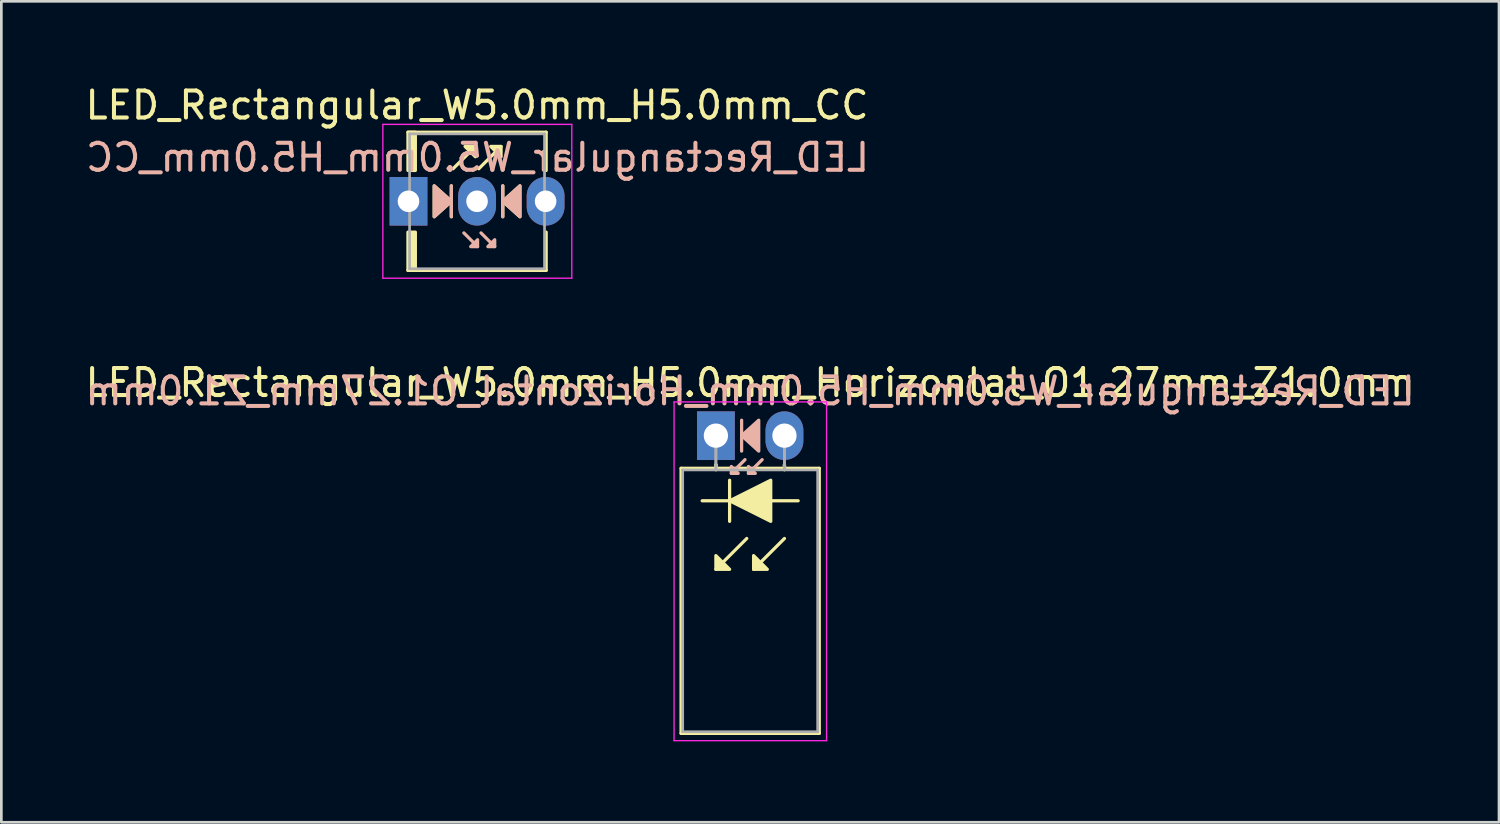
<source format=kicad_pcb>
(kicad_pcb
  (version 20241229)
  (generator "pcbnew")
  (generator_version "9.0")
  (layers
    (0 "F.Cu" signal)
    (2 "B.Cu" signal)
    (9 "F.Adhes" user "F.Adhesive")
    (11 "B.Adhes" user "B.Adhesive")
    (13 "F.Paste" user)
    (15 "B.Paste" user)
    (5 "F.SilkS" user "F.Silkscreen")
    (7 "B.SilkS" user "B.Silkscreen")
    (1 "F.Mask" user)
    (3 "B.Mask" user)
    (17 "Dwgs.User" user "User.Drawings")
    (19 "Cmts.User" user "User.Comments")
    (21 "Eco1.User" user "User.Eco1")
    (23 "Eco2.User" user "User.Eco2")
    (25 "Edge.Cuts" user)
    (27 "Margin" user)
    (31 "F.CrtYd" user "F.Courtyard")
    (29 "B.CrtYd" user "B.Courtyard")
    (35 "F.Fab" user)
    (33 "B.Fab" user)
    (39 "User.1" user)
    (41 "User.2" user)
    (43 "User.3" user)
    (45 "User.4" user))
  (footprint "LED_Rectangular_W5.0mm_H5.0mm_CC"
    (layer "F.Cu")
    (at 12.085 4.408)
    (property "Reference" "LED_Rectangular_W5.0mm_H5.0mm_CC" (at 2.54 -3.56 0) (layer "F.SilkS") (effects (font (size 1 1) (thickness 0.15))))
    (fp_line (start -0.02 -2.56) (end 5.1 -2.56) (stroke (width 0.12) (type solid)) (layer "F.SilkS"))
    (fp_line (start -0.02 2.56) (end 5.1 2.56) (stroke (width 0.12) (type solid)) (layer "F.SilkS"))
    (fp_line (start 1.587 0.572) (end 1.587 -0.572) (stroke (width 0.12) (type solid)) (layer "F.SilkS"))
    (fp_line (start 1.651 -1.206) (end 2.477 -2.032) (stroke (width 0.12) (type solid)) (layer "F.SilkS"))
    (fp_line (start 2.603 -1.206) (end 3.429 -2.032) (stroke (width 0.12) (type solid)) (layer "F.SilkS"))
    (fp_line (start 3.493 -0.572) (end 3.493 0.572) (stroke (width 0.12) (type solid)) (layer "F.SilkS"))
    (fp_line (start 5.1 -2.56) (end 5.1 -1.143) (stroke (width 0.12) (type solid)) (layer "F.SilkS"))
    (fp_line (start 5.1 1.143) (end 5.1 2.56) (stroke (width 0.12) (type solid)) (layer "F.SilkS"))
    (fp_rect (start -0.02 -2.56) (end 0.254 -1.143) (stroke (width 0.12) (type solid)) (fill yes) (layer "F.SilkS"))
    (fp_rect (start -0.02 1.143) (end 0.254 2.56) (stroke (width 0.12) (type solid)) (fill yes) (layer "F.SilkS"))
    (fp_poly (pts (xy 0.953 -0.572) (xy 1.587 0) (xy 0.953 0.572)) (stroke (width 0.12) (type solid)) (fill yes) (layer "F.SilkS"))
    (fp_poly (pts (xy 2.477 -1.651) (xy 2.095 -2.032) (xy 2.477 -2.032)) (stroke (width 0.12) (type solid)) (fill yes) (layer "F.SilkS"))
    (fp_poly (pts (xy 3.429 -1.651) (xy 3.048 -2.032) (xy 3.429 -2.032)) (stroke (width 0.12) (type solid)) (fill yes) (layer "F.SilkS"))
    (fp_poly (pts (xy 4.128 0.572) (xy 3.493 0) (xy 4.128 -0.572)) (stroke (width 0.12) (type solid)) (fill yes) (layer "F.SilkS"))
    (fp_line (start 1.587 0.572) (end 1.587 -0.572) (stroke (width 0.12) (type solid)) (layer "B.SilkS"))
    (fp_line (start 2.559 1.679) (end 2.051 1.171) (stroke (width 0.12) (type solid)) (layer "B.SilkS"))
    (fp_line (start 3.194 1.679) (end 2.686 1.171) (stroke (width 0.12) (type solid)) (layer "B.SilkS"))
    (fp_line (start 3.493 -0.572) (end 3.493 0.572) (stroke (width 0.12) (type solid)) (layer "B.SilkS"))
    (fp_poly (pts (xy 0.953 0.572) (xy 1.587 0) (xy 0.953 -0.572)) (stroke (width 0.12) (type solid)) (fill yes) (layer "B.SilkS"))
    (fp_poly (pts (xy 2.559 1.425) (xy 2.305 1.679) (xy 2.559 1.679)) (stroke (width 0.12) (type solid)) (fill yes) (layer "B.SilkS"))
    (fp_poly (pts (xy 3.194 1.425) (xy 2.94 1.679) (xy 3.194 1.679)) (stroke (width 0.12) (type solid)) (fill yes) (layer "B.SilkS"))
    (fp_poly (pts (xy 4.128 0.572) (xy 3.493 0) (xy 4.128 -0.572)) (stroke (width 0.12) (type solid)) (fill yes) (layer "B.SilkS"))
    (fp_line (start -0.95 -2.85) (end -0.95 2.85) (stroke (width 0.05) (type solid)) (layer "F.CrtYd"))
    (fp_line (start -0.95 2.85) (end 6.05 2.85) (stroke (width 0.05) (type solid)) (layer "F.CrtYd"))
    (fp_line (start 6.05 -2.85) (end -0.95 -2.85) (stroke (width 0.05) (type solid)) (layer "F.CrtYd"))
    (fp_line (start 6.05 2.85) (end 6.05 -2.85) (stroke (width 0.05) (type solid)) (layer "F.CrtYd"))
    (fp_line (start 0.04 -2.5) (end 0.04 2.5) (stroke (width 0.1) (type solid)) (layer "F.Fab"))
    (fp_line (start 0.04 2.5) (end 5.04 2.5) (stroke (width 0.1) (type solid)) (layer "F.Fab"))
    (fp_line (start 5.04 -2.5) (end 0.04 -2.5) (stroke (width 0.1) (type solid)) (layer "F.Fab"))
    (fp_line (start 5.04 2.5) (end 5.04 -2.5) (stroke (width 0.1) (type solid)) (layer "F.Fab"))
    (fp_text user "${REFERENCE}" (at 2.559 -1.623 0) (layer "B.SilkS") (effects (font (size 1 1) (thickness 0.15)) (justify mirror)))
    (pad "1" thru_hole rect (at 0 0) (size 1.4 1.8) (drill 0.8) (layers "*.Cu" "*.Mask"))
    (pad "2" thru_hole oval (at 2.54 0) (size 1.4 1.8) (drill 0.8) (layers "*.Cu" "*.Mask"))
    (pad "3" thru_hole oval (at 5.08 0) (size 1.4 1.8) (drill 0.8) (layers "*.Cu" "*.Mask")))
  (footprint "LED_Rectangular_W5.0mm_H5.0mm_Horizontal_O1.27mm_Z1.0mm"
    (layer "F.Cu")
    (at 23.474 13.091)
    (property "Reference" "LED_Rectangular_W5.0mm_H5.0mm_Horizontal_O1.27mm_Z1.0mm" (at 1.27 -1.96 0) (layer "F.SilkS") (effects (font (size 1 1) (thickness 0.15))))
    (fp_line (start -1.29 1.21) (end -1.29 11.03) (stroke (width 0.12) (type solid)) (layer "F.SilkS"))
    (fp_line (start -1.29 11.03) (end 3.83 11.03) (stroke (width 0.12) (type solid)) (layer "F.SilkS"))
    (fp_line (start 0 1.08) (end 0 1.08) (stroke (width 0.12) (type solid)) (layer "F.SilkS"))
    (fp_line (start 0 1.08) (end 0 1.21) (stroke (width 0.12) (type solid)) (layer "F.SilkS"))
    (fp_line (start 0 1.21) (end 0 1.08) (stroke (width 0.12) (type solid)) (layer "F.SilkS"))
    (fp_line (start 0 1.21) (end 0 1.21) (stroke (width 0.12) (type solid)) (layer "F.SilkS"))
    (fp_line (start 0.508 1.651) (end 0.508 3.175) (stroke (width 0.12) (type solid)) (layer "F.SilkS"))
    (fp_line (start 0.508 2.413) (end -0.508 2.413) (stroke (width 0.12) (type solid)) (layer "F.SilkS"))
    (fp_line (start 1.143 3.81) (end 0 4.953) (stroke (width 0.12) (type solid)) (layer "F.SilkS"))
    (fp_line (start 2.54 1.08) (end 2.54 1.08) (stroke (width 0.12) (type solid)) (layer "F.SilkS"))
    (fp_line (start 2.54 1.08) (end 2.54 1.21) (stroke (width 0.12) (type solid)) (layer "F.SilkS"))
    (fp_line (start 2.54 1.21) (end 2.54 1.08) (stroke (width 0.12) (type solid)) (layer "F.SilkS"))
    (fp_line (start 2.54 1.21) (end 2.54 1.21) (stroke (width 0.12) (type solid)) (layer "F.SilkS"))
    (fp_line (start 2.54 3.81) (end 1.397 4.953) (stroke (width 0.12) (type solid)) (layer "F.SilkS"))
    (fp_line (start 3.048 2.413) (end 2.032 2.413) (stroke (width 0.12) (type solid)) (layer "F.SilkS"))
    (fp_line (start 3.83 1.21) (end -1.29 1.21) (stroke (width 0.12) (type solid)) (layer "F.SilkS"))
    (fp_line (start 3.83 11.03) (end 3.83 1.21) (stroke (width 0.12) (type solid)) (layer "F.SilkS"))
    (fp_poly (pts (xy 0 4.445) (xy 0.508 4.953) (xy 0 4.953)) (stroke (width 0.12) (type solid)) (fill yes) (layer "F.SilkS"))
    (fp_poly (pts (xy 1.397 4.445) (xy 1.905 4.953) (xy 1.397 4.953)) (stroke (width 0.12) (type solid)) (fill yes) (layer "F.SilkS"))
    (fp_poly (pts (xy 2.032 3.175) (xy 0.508 2.413) (xy 2.032 1.651)) (stroke (width 0.12) (type solid)) (fill yes) (layer "F.SilkS"))
    (fp_line (start 0.953 -0.572) (end 0.953 0.572) (stroke (width 0.12) (type solid)) (layer "B.SilkS"))
    (fp_line (start 1.079 0.889) (end 0.572 1.397) (stroke (width 0.12) (type solid)) (layer "B.SilkS"))
    (fp_line (start 1.714 0.889) (end 1.206 1.397) (stroke (width 0.12) (type solid)) (layer "B.SilkS"))
    (fp_poly (pts (xy 0.572 1.143) (xy 0.826 1.397) (xy 0.572 1.397)) (stroke (width 0.12) (type solid)) (fill yes) (layer "B.SilkS"))
    (fp_poly (pts (xy 1.206 1.143) (xy 1.46 1.397) (xy 1.206 1.397)) (stroke (width 0.12) (type solid)) (fill yes) (layer "B.SilkS"))
    (fp_poly (pts (xy 1.587 0.572) (xy 0.953 0) (xy 1.587 -0.572)) (stroke (width 0.12) (type solid)) (fill yes) (layer "B.SilkS"))
    (fp_line (start -1.55 -1.25) (end -1.55 11.3) (stroke (width 0.05) (type solid)) (layer "F.CrtYd"))
    (fp_line (start -1.55 11.3) (end 4.1 11.3) (stroke (width 0.05) (type solid)) (layer "F.CrtYd"))
    (fp_line (start 4.1 -1.25) (end -1.55 -1.25) (stroke (width 0.05) (type solid)) (layer "F.CrtYd"))
    (fp_line (start 4.1 11.3) (end 4.1 -1.25) (stroke (width 0.05) (type solid)) (layer "F.CrtYd"))
    (fp_line (start -1.23 1.27) (end -1.23 10.97) (stroke (width 0.1) (type solid)) (layer "F.Fab"))
    (fp_line (start -1.23 10.97) (end 3.77 10.97) (stroke (width 0.1) (type solid)) (layer "F.Fab"))
    (fp_line (start 0 0) (end 0 0) (stroke (width 0.1) (type solid)) (layer "F.Fab"))
    (fp_line (start 0 0) (end 0 1.27) (stroke (width 0.1) (type solid)) (layer "F.Fab"))
    (fp_line (start 0 1.27) (end 0 0) (stroke (width 0.1) (type solid)) (layer "F.Fab"))
    (fp_line (start 0 1.27) (end 0 1.27) (stroke (width 0.1) (type solid)) (layer "F.Fab"))
    (fp_line (start 2.54 0) (end 2.54 0) (stroke (width 0.1) (type solid)) (layer "F.Fab"))
    (fp_line (start 2.54 0) (end 2.54 1.27) (stroke (width 0.1) (type solid)) (layer "F.Fab"))
    (fp_line (start 2.54 1.27) (end 2.54 0) (stroke (width 0.1) (type solid)) (layer "F.Fab"))
    (fp_line (start 2.54 1.27) (end 2.54 1.27) (stroke (width 0.1) (type solid)) (layer "F.Fab"))
    (fp_line (start 3.77 1.27) (end -1.23 1.27) (stroke (width 0.1) (type solid)) (layer "F.Fab"))
    (fp_line (start 3.77 10.97) (end 3.77 1.27) (stroke (width 0.1) (type solid)) (layer "F.Fab"))
    (fp_text user "${REFERENCE}" (at 1.27 -1.651 0) (layer "B.SilkS") (effects (font (size 1 1) (thickness 0.15)) (justify mirror)))
    (pad "1" thru_hole rect (at 0 0) (size 1.4 1.8) (drill 0.9) (layers "*.Cu" "*.Mask"))
    (pad "2" thru_hole oval (at 2.54 0) (size 1.4 1.8) (drill 0.9) (layers "*.Cu" "*.Mask")))
  (gr_rect
    (start -3 -3)
    (end 52.488 27.416)
    (stroke (width 0.1) (type default))
    (fill no)
    (layer "Edge.Cuts")))
</source>
